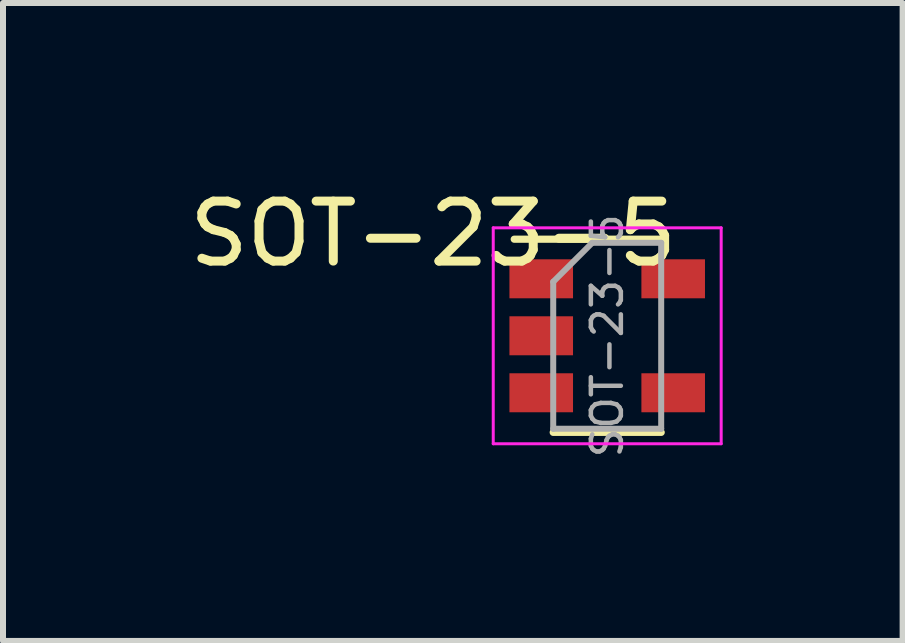
<source format=kicad_pcb>
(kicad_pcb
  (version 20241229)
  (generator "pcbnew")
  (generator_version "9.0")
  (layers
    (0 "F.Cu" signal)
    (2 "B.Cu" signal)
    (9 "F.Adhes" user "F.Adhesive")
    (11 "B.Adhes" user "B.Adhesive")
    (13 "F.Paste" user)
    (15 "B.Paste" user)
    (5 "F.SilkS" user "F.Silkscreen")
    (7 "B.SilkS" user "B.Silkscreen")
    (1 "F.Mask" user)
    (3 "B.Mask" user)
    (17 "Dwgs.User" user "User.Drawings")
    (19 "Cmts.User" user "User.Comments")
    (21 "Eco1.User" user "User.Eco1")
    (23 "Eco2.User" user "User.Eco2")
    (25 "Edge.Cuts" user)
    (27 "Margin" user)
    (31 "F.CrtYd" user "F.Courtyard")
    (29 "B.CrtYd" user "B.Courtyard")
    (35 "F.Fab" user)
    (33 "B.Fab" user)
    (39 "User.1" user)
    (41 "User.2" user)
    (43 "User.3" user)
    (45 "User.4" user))
  (footprint "SOT-23-5"
    (layer "F.Cu")
    (at 7.073 2.548)
    (property "Reference" "SOT-23-5" (at -2.9 -1.7 0) (layer "F.SilkS") (effects (font (size 1 1) (thickness 0.15))))
    (attr smd)
    (fp_line (start -0.9 1.61) (end 0.9 1.61) (stroke (width 0.12) (type solid)) (layer "F.SilkS"))
    (fp_line (start 0.9 -1.61) (end -1.55 -1.61) (stroke (width 0.12) (type solid)) (layer "F.SilkS"))
    (fp_line (start -1.9 -1.8) (end 1.9 -1.8) (stroke (width 0.05) (type solid)) (layer "F.CrtYd"))
    (fp_line (start -1.9 1.8) (end -1.9 -1.8) (stroke (width 0.05) (type solid)) (layer "F.CrtYd"))
    (fp_line (start 1.9 -1.8) (end 1.9 1.8) (stroke (width 0.05) (type solid)) (layer "F.CrtYd"))
    (fp_line (start 1.9 1.8) (end -1.9 1.8) (stroke (width 0.05) (type solid)) (layer "F.CrtYd"))
    (fp_line (start -0.9 -0.9) (end -0.9 1.55) (stroke (width 0.1) (type solid)) (layer "F.Fab"))
    (fp_line (start -0.9 -0.9) (end -0.25 -1.55) (stroke (width 0.1) (type solid)) (layer "F.Fab"))
    (fp_line (start 0.9 -1.55) (end -0.25 -1.55) (stroke (width 0.1) (type solid)) (layer "F.Fab"))
    (fp_line (start 0.9 -1.55) (end 0.9 1.55) (stroke (width 0.1) (type solid)) (layer "F.Fab"))
    (fp_line (start 0.9 1.55) (end -0.9 1.55) (stroke (width 0.1) (type solid)) (layer "F.Fab"))
    (fp_text user "${REFERENCE}" (at 0 0 90) (layer "F.Fab") (effects (font (size 0.5 0.5) (thickness 0.075))))
    (pad "1" smd rect (at -1.1 -0.95) (size 1.06 0.65) (layers "F.Cu" "F.Mask" "F.Paste"))
    (pad "2" smd rect (at -1.1 0) (size 1.06 0.65) (layers "F.Cu" "F.Mask" "F.Paste"))
    (pad "3" smd rect (at -1.1 0.95) (size 1.06 0.65) (layers "F.Cu" "F.Mask" "F.Paste"))
    (pad "4" smd rect (at 1.1 0.95) (size 1.06 0.65) (layers "F.Cu" "F.Mask" "F.Paste"))
    (pad "5" smd rect (at 1.1 -0.95) (size 1.06 0.65) (layers "F.Cu" "F.Mask" "F.Paste")))
  (gr_rect
    (start -3 -3)
    (end 11.998 7.635)
    (stroke (width 0.1) (type default))
    (fill no)
    (layer "Edge.Cuts")))
</source>
